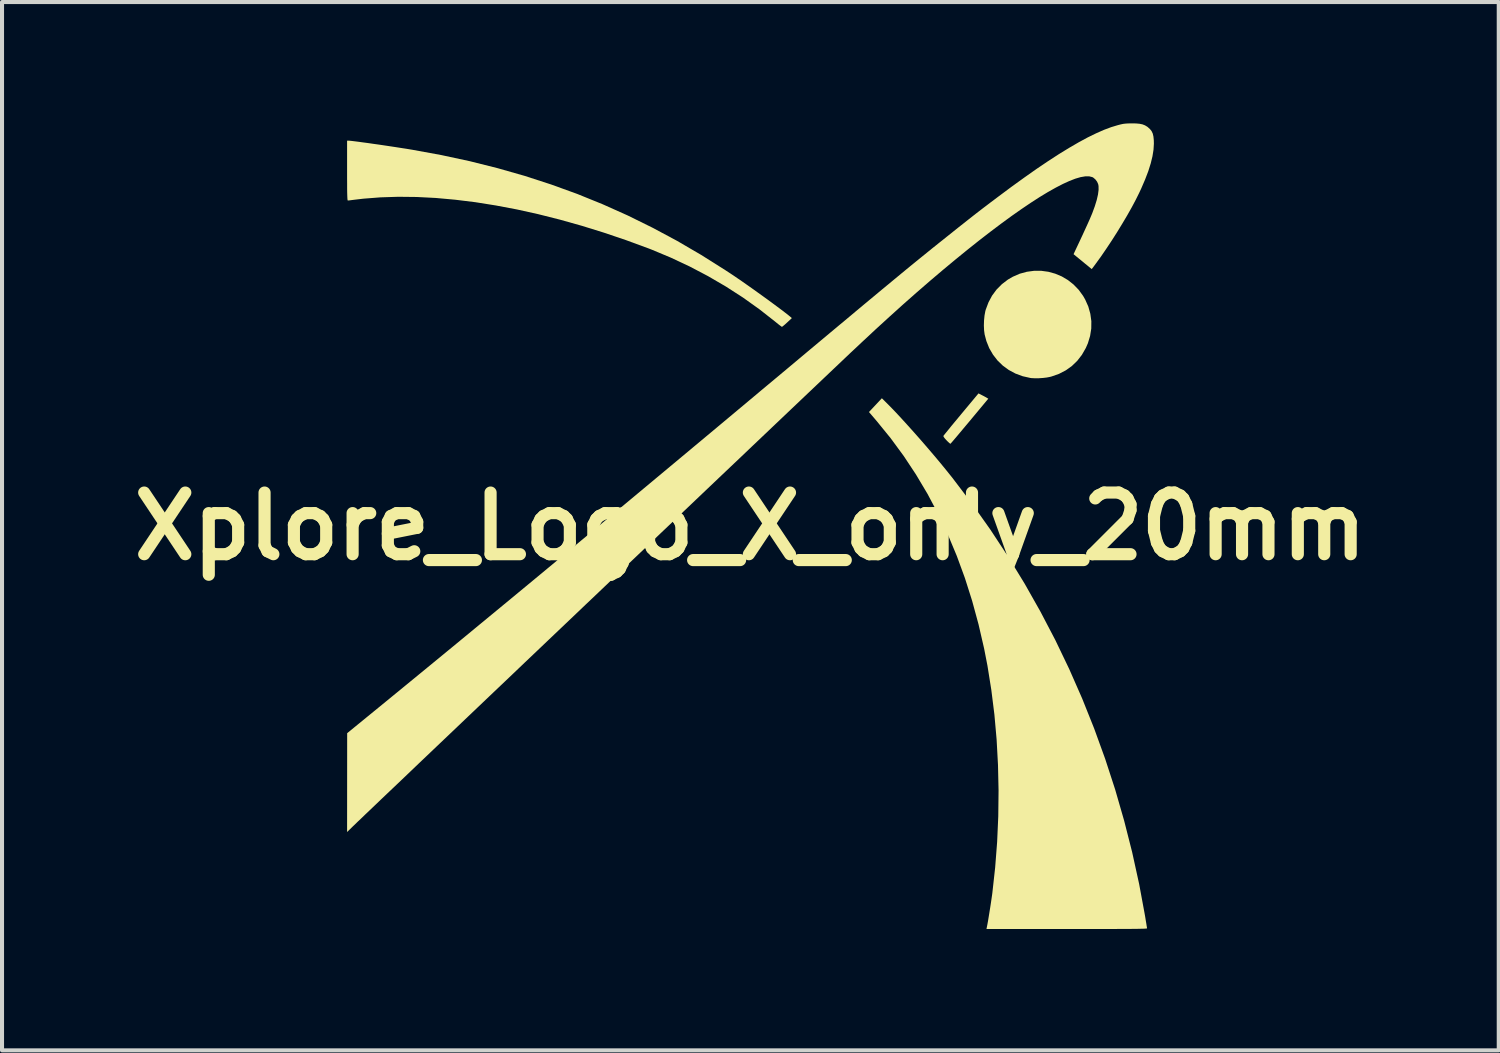
<source format=kicad_pcb>
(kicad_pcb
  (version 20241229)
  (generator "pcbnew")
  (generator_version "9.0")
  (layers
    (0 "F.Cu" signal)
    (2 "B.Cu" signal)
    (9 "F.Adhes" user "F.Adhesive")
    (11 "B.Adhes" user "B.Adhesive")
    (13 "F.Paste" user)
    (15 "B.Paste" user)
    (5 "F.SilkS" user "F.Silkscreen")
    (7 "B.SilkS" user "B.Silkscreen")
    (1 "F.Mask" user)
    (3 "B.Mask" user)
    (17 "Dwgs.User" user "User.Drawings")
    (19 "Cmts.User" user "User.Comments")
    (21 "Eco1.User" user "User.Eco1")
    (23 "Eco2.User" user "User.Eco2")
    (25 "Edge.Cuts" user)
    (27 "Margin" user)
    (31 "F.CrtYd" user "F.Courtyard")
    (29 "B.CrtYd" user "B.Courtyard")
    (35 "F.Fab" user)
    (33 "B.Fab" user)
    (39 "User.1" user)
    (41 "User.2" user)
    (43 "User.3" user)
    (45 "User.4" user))
  (footprint "Xplore_Logo_X_only_20mm"
    (layer "F.Cu")
    (at 15.501 9.962)
    (property "Reference" "Xplore_Logo_X_only_20mm" (at 0 0 0) (layer "F.SilkS") (effects (font (size 1.524 1.524) (thickness 0.3))))
    (attr board_only exclude_from_pos_files exclude_from_bom)
    (fp_poly (pts (xy 5.72 -3.245) (xy 5.769 -3.22) (xy 5.815 -3.195) (xy 5.841 -3.18) (xy 5.882 -3.155) (xy 5.42 -2.6) (xy 5.331 -2.494) (xy 5.248 -2.395) (xy 5.172 -2.304) (xy 5.104 -2.223) (xy 5.046 -2.155) (xy 5 -2.101) (xy 4.967 -2.063) (xy 4.949 -2.043) (xy 4.946 -2.041) (xy 4.933 -2.048) (xy 4.906 -2.071) (xy 4.869 -2.106) (xy 4.85 -2.126) (xy 4.808 -2.172) (xy 4.781 -2.208) (xy 4.772 -2.231) (xy 4.772 -2.234) (xy 4.782 -2.248) (xy 4.808 -2.281) (xy 4.848 -2.33) (xy 4.9 -2.394) (xy 4.962 -2.471) (xy 5.034 -2.558) (xy 5.113 -2.653) (xy 5.197 -2.754) (xy 5.21 -2.77) (xy 5.64 -3.286)) (stroke (width 0) (type solid)) (fill yes) (layer "F.SilkS"))
    (fp_poly (pts (xy 7.192 -6.317) (xy 7.367 -6.293) (xy 7.537 -6.246) (xy 7.699 -6.178) (xy 7.851 -6.088) (xy 7.991 -5.977) (xy 8.117 -5.847) (xy 8.226 -5.697) (xy 8.278 -5.606) (xy 8.355 -5.433) (xy 8.405 -5.254) (xy 8.43 -5.072) (xy 8.428 -4.889) (xy 8.399 -4.706) (xy 8.345 -4.527) (xy 8.293 -4.408) (xy 8.196 -4.239) (xy 8.081 -4.091) (xy 7.948 -3.963) (xy 7.798 -3.856) (xy 7.63 -3.769) (xy 7.445 -3.704) (xy 7.406 -3.694) (xy 7.329 -3.679) (xy 7.235 -3.668) (xy 7.135 -3.661) (xy 7.038 -3.66) (xy 6.954 -3.664) (xy 6.922 -3.668) (xy 6.731 -3.711) (xy 6.553 -3.777) (xy 6.389 -3.865) (xy 6.241 -3.973) (xy 6.11 -4.1) (xy 5.998 -4.245) (xy 5.905 -4.405) (xy 5.835 -4.58) (xy 5.792 -4.742) (xy 5.778 -4.846) (xy 5.773 -4.965) (xy 5.777 -5.09) (xy 5.789 -5.212) (xy 5.809 -5.32) (xy 5.819 -5.356) (xy 5.887 -5.537) (xy 5.976 -5.704) (xy 6.087 -5.854) (xy 6.218 -5.986) (xy 6.367 -6.1) (xy 6.488 -6.17) (xy 6.66 -6.245) (xy 6.836 -6.293) (xy 7.015 -6.317)) (stroke (width 0) (type solid)) (fill yes) (layer "F.SilkS"))
    (fp_poly (pts (xy 3.338 -3.08) (xy 3.457 -2.961) (xy 3.59 -2.823) (xy 3.733 -2.669) (xy 3.885 -2.502) (xy 4.043 -2.326) (xy 4.204 -2.144) (xy 4.365 -1.958) (xy 4.524 -1.772) (xy 4.678 -1.589) (xy 4.824 -1.411) (xy 4.96 -1.242) (xy 4.992 -1.202) (xy 5.472 -0.57) (xy 5.931 0.078) (xy 6.367 0.741) (xy 6.781 1.418) (xy 7.171 2.108) (xy 7.539 2.812) (xy 7.883 3.529) (xy 8.203 4.257) (xy 8.499 4.997) (xy 8.771 5.747) (xy 9.019 6.508) (xy 9.241 7.278) (xy 9.439 8.057) (xy 9.612 8.845) (xy 9.745 9.563) (xy 9.762 9.659) (xy 9.776 9.747) (xy 9.789 9.822) (xy 9.798 9.882) (xy 9.805 9.922) (xy 9.807 9.939) (xy 9.802 9.942) (xy 9.787 9.944) (xy 9.76 9.946) (xy 9.72 9.948) (xy 9.666 9.949) (xy 9.598 9.951) (xy 9.513 9.952) (xy 9.412 9.953) (xy 9.292 9.954) (xy 9.153 9.954) (xy 8.993 9.955) (xy 8.812 9.955) (xy 8.608 9.956) (xy 8.381 9.956) (xy 8.128 9.956) (xy 7.85 9.956) (xy 7.822 9.956) (xy 5.837 9.956) (xy 5.846 9.912) (xy 5.859 9.847) (xy 5.875 9.76) (xy 5.892 9.657) (xy 5.91 9.545) (xy 5.929 9.428) (xy 5.947 9.311) (xy 5.963 9.202) (xy 5.977 9.105) (xy 5.983 9.06) (xy 6.052 8.434) (xy 6.101 7.802) (xy 6.129 7.167) (xy 6.136 6.532) (xy 6.122 5.899) (xy 6.088 5.272) (xy 6.033 4.652) (xy 5.957 4.044) (xy 5.862 3.448) (xy 5.779 3.022) (xy 5.641 2.424) (xy 5.483 1.843) (xy 5.304 1.279) (xy 5.104 0.733) (xy 4.883 0.204) (xy 4.642 -0.307) (xy 4.38 -0.801) (xy 4.096 -1.278) (xy 3.792 -1.738) (xy 3.467 -2.18) (xy 3.121 -2.605) (xy 3.093 -2.638) (xy 2.932 -2.826) (xy 3.092 -2.996) (xy 3.251 -3.166)) (stroke (width 0) (type solid)) (fill yes) (layer "F.SilkS"))
    (fp_poly (pts (xy -9.906 -9.533) (xy -9.851 -9.527) (xy -9.776 -9.518) (xy -9.682 -9.506) (xy -9.573 -9.491) (xy -9.451 -9.475) (xy -9.321 -9.456) (xy -9.184 -9.437) (xy -9.043 -9.416) (xy -8.902 -9.395) (xy -8.764 -9.374) (xy -8.63 -9.353) (xy -8.505 -9.334) (xy -8.391 -9.315) (xy -8.36 -9.31) (xy -7.639 -9.178) (xy -6.937 -9.027) (xy -6.251 -8.855) (xy -5.581 -8.664) (xy -4.925 -8.451) (xy -4.282 -8.218) (xy -3.651 -7.962) (xy -3.03 -7.684) (xy -2.418 -7.382) (xy -1.813 -7.058) (xy -1.215 -6.709) (xy -0.622 -6.335) (xy -0.421 -6.203) (xy -0.32 -6.134) (xy -0.206 -6.056) (xy -0.085 -5.971) (xy 0.043 -5.881) (xy 0.174 -5.787) (xy 0.305 -5.693) (xy 0.434 -5.6) (xy 0.556 -5.51) (xy 0.671 -5.425) (xy 0.774 -5.348) (xy 0.864 -5.279) (xy 0.936 -5.223) (xy 0.985 -5.183) (xy 1.026 -5.148) (xy 0.91 -5.04) (xy 0.863 -4.997) (xy 0.823 -4.963) (xy 0.794 -4.94) (xy 0.781 -4.932) (xy 0.766 -4.94) (xy 0.735 -4.963) (xy 0.691 -4.997) (xy 0.638 -5.04) (xy 0.611 -5.062) (xy 0.226 -5.364) (xy -0.18 -5.654) (xy -0.605 -5.928) (xy -1.046 -6.185) (xy -1.501 -6.424) (xy -1.965 -6.642) (xy -2.436 -6.839) (xy -2.513 -6.869) (xy -3.068 -7.073) (xy -3.62 -7.26) (xy -4.168 -7.43) (xy -4.709 -7.582) (xy -5.244 -7.717) (xy -5.772 -7.834) (xy -6.29 -7.932) (xy -6.798 -8.013) (xy -7.294 -8.074) (xy -7.779 -8.118) (xy -8.249 -8.142) (xy -8.705 -8.147) (xy -9.145 -8.133) (xy -9.568 -8.1) (xy -9.781 -8.075) (xy -9.844 -8.067) (xy -9.898 -8.06) (xy -9.936 -8.056) (xy -9.952 -8.055) (xy -9.956 -8.059) (xy -9.959 -8.073) (xy -9.962 -8.099) (xy -9.964 -8.139) (xy -9.966 -8.195) (xy -9.968 -8.268) (xy -9.969 -8.36) (xy -9.969 -8.474) (xy -9.97 -8.611) (xy -9.97 -8.773) (xy -9.97 -8.795) (xy -9.97 -9.535) (xy -9.937 -9.535)) (stroke (width 0) (type solid)) (fill yes) (layer "F.SilkS"))
    (fp_poly (pts (xy 9.536 -9.96) (xy 9.623 -9.952) (xy 9.695 -9.937) (xy 9.756 -9.913) (xy 9.811 -9.88) (xy 9.823 -9.871) (xy 9.878 -9.822) (xy 9.919 -9.771) (xy 9.948 -9.71) (xy 9.965 -9.637) (xy 9.974 -9.546) (xy 9.976 -9.46) (xy 9.967 -9.311) (xy 9.941 -9.148) (xy 9.898 -8.972) (xy 9.838 -8.781) (xy 9.759 -8.574) (xy 9.662 -8.349) (xy 9.61 -8.238) (xy 9.527 -8.071) (xy 9.429 -7.887) (xy 9.318 -7.69) (xy 9.197 -7.486) (xy 9.07 -7.278) (xy 8.937 -7.069) (xy 8.802 -6.866) (xy 8.668 -6.67) (xy 8.536 -6.488) (xy 8.482 -6.415) (xy 8.439 -6.359) (xy 8.338 -6.443) (xy 8.282 -6.488) (xy 8.216 -6.543) (xy 8.149 -6.598) (xy 8.113 -6.627) (xy 7.99 -6.728) (xy 8.051 -6.858) (xy 8.134 -7.034) (xy 8.21 -7.197) (xy 8.278 -7.345) (xy 8.338 -7.476) (xy 8.388 -7.588) (xy 8.427 -7.68) (xy 8.453 -7.742) (xy 8.516 -7.914) (xy 8.563 -8.067) (xy 8.594 -8.202) (xy 8.609 -8.317) (xy 8.608 -8.412) (xy 8.599 -8.459) (xy 8.572 -8.52) (xy 8.53 -8.576) (xy 8.479 -8.62) (xy 8.453 -8.634) (xy 8.375 -8.653) (xy 8.279 -8.652) (xy 8.165 -8.633) (xy 8.035 -8.595) (xy 7.888 -8.538) (xy 7.726 -8.464) (xy 7.548 -8.372) (xy 7.356 -8.264) (xy 7.15 -8.139) (xy 6.93 -7.997) (xy 6.698 -7.84) (xy 6.453 -7.668) (xy 6.196 -7.48) (xy 5.928 -7.278) (xy 5.649 -7.062) (xy 5.36 -6.832) (xy 5.062 -6.589) (xy 4.754 -6.333) (xy 4.438 -6.065) (xy 4.114 -5.784) (xy 3.783 -5.492) (xy 3.446 -5.188) (xy 3.101 -4.873) (xy 2.752 -4.548) (xy 2.565 -4.372) (xy 2.477 -4.29) (xy 2.373 -4.191) (xy 2.252 -4.076) (xy 2.116 -3.947) (xy 1.965 -3.804) (xy 1.8 -3.647) (xy 1.622 -3.478) (xy 1.43 -3.296) (xy 1.227 -3.103) (xy 1.011 -2.898) (xy 0.786 -2.684) (xy 0.549 -2.459) (xy 0.304 -2.226) (xy 0.049 -1.984) (xy -0.213 -1.734) (xy -0.484 -1.477) (xy -0.761 -1.214) (xy -1.044 -0.945) (xy -1.333 -0.67) (xy -1.626 -0.391) (xy -1.924 -0.108) (xy -2.226 0.179) (xy -2.53 0.469) (xy -2.836 0.76) (xy -3.145 1.053) (xy -3.454 1.347) (xy -3.763 1.642) (xy -4.072 1.935) (xy -4.379 2.228) (xy -4.685 2.519) (xy -4.989 2.808) (xy -5.289 3.094) (xy -5.586 3.376) (xy -5.878 3.655) (xy -6.165 3.928) (xy -6.447 4.196) (xy -6.722 4.458) (xy -6.99 4.713) (xy -7.25 4.961) (xy -7.502 5.201) (xy -7.745 5.432) (xy -7.978 5.654) (xy -8.201 5.866) (xy -8.412 6.068) (xy -8.612 6.259) (xy -8.8 6.438) (xy -8.975 6.604) (xy -9.136 6.757) (xy -9.282 6.897) (xy -9.414 7.023) (xy -9.53 7.133) (xy -9.629 7.229) (xy -9.712 7.307) (xy -9.776 7.37) (xy -9.823 7.414) (xy -9.85 7.441) (xy -9.851 7.442) (xy -9.97 7.558) (xy -9.968 5.114) (xy -9.178 4.469) (xy -8.587 3.985) (xy -7.975 3.483) (xy -7.343 2.964) (xy -6.691 2.426) (xy -6.018 1.871) (xy -5.325 1.298) (xy -4.612 0.707) (xy -3.878 0.098) (xy -3.124 -0.529) (xy -2.35 -1.174) (xy -1.555 -1.837) (xy -0.74 -2.517) (xy 0.096 -3.216) (xy 0.278 -3.369) (xy 0.608 -3.644) (xy 0.918 -3.903) (xy 1.208 -4.146) (xy 1.48 -4.374) (xy 1.735 -4.587) (xy 1.973 -4.786) (xy 2.196 -4.972) (xy 2.404 -5.145) (xy 2.597 -5.307) (xy 2.778 -5.458) (xy 2.946 -5.598) (xy 3.103 -5.728) (xy 3.249 -5.85) (xy 3.386 -5.963) (xy 3.514 -6.069) (xy 3.634 -6.168) (xy 3.746 -6.261) (xy 3.852 -6.348) (xy 3.953 -6.431) (xy 4.05 -6.51) (xy 4.142 -6.585) (xy 4.232 -6.658) (xy 4.32 -6.729) (xy 4.406 -6.799) (xy 4.492 -6.869) (xy 4.579 -6.938) (xy 4.667 -7.009) (xy 4.758 -7.081) (xy 4.851 -7.156) (xy 4.863 -7.165) (xy 5.017 -7.288) (xy 5.152 -7.396) (xy 5.273 -7.491) (xy 5.381 -7.577) (xy 5.479 -7.654) (xy 5.571 -7.726) (xy 5.659 -7.794) (xy 5.746 -7.861) (xy 5.836 -7.929) (xy 5.93 -8.001) (xy 6.033 -8.078) (xy 6.119 -8.143) (xy 6.456 -8.394) (xy 6.776 -8.625) (xy 7.077 -8.837) (xy 7.362 -9.029) (xy 7.63 -9.203) (xy 7.883 -9.358) (xy 8.119 -9.495) (xy 8.341 -9.615) (xy 8.548 -9.716) (xy 8.74 -9.801) (xy 8.919 -9.868) (xy 9.081 -9.917) (xy 9.154 -9.936) (xy 9.215 -9.949) (xy 9.272 -9.956) (xy 9.336 -9.96) (xy 9.416 -9.962) (xy 9.427 -9.962)) (stroke (width 0) (type solid)) (fill yes) (layer "F.SilkS")))
  (gr_rect
    (start -3 -3)
    (end 34.003 22.918)
    (stroke (width 0.1) (type default))
    (fill no)
    (layer "Edge.Cuts")))
</source>
